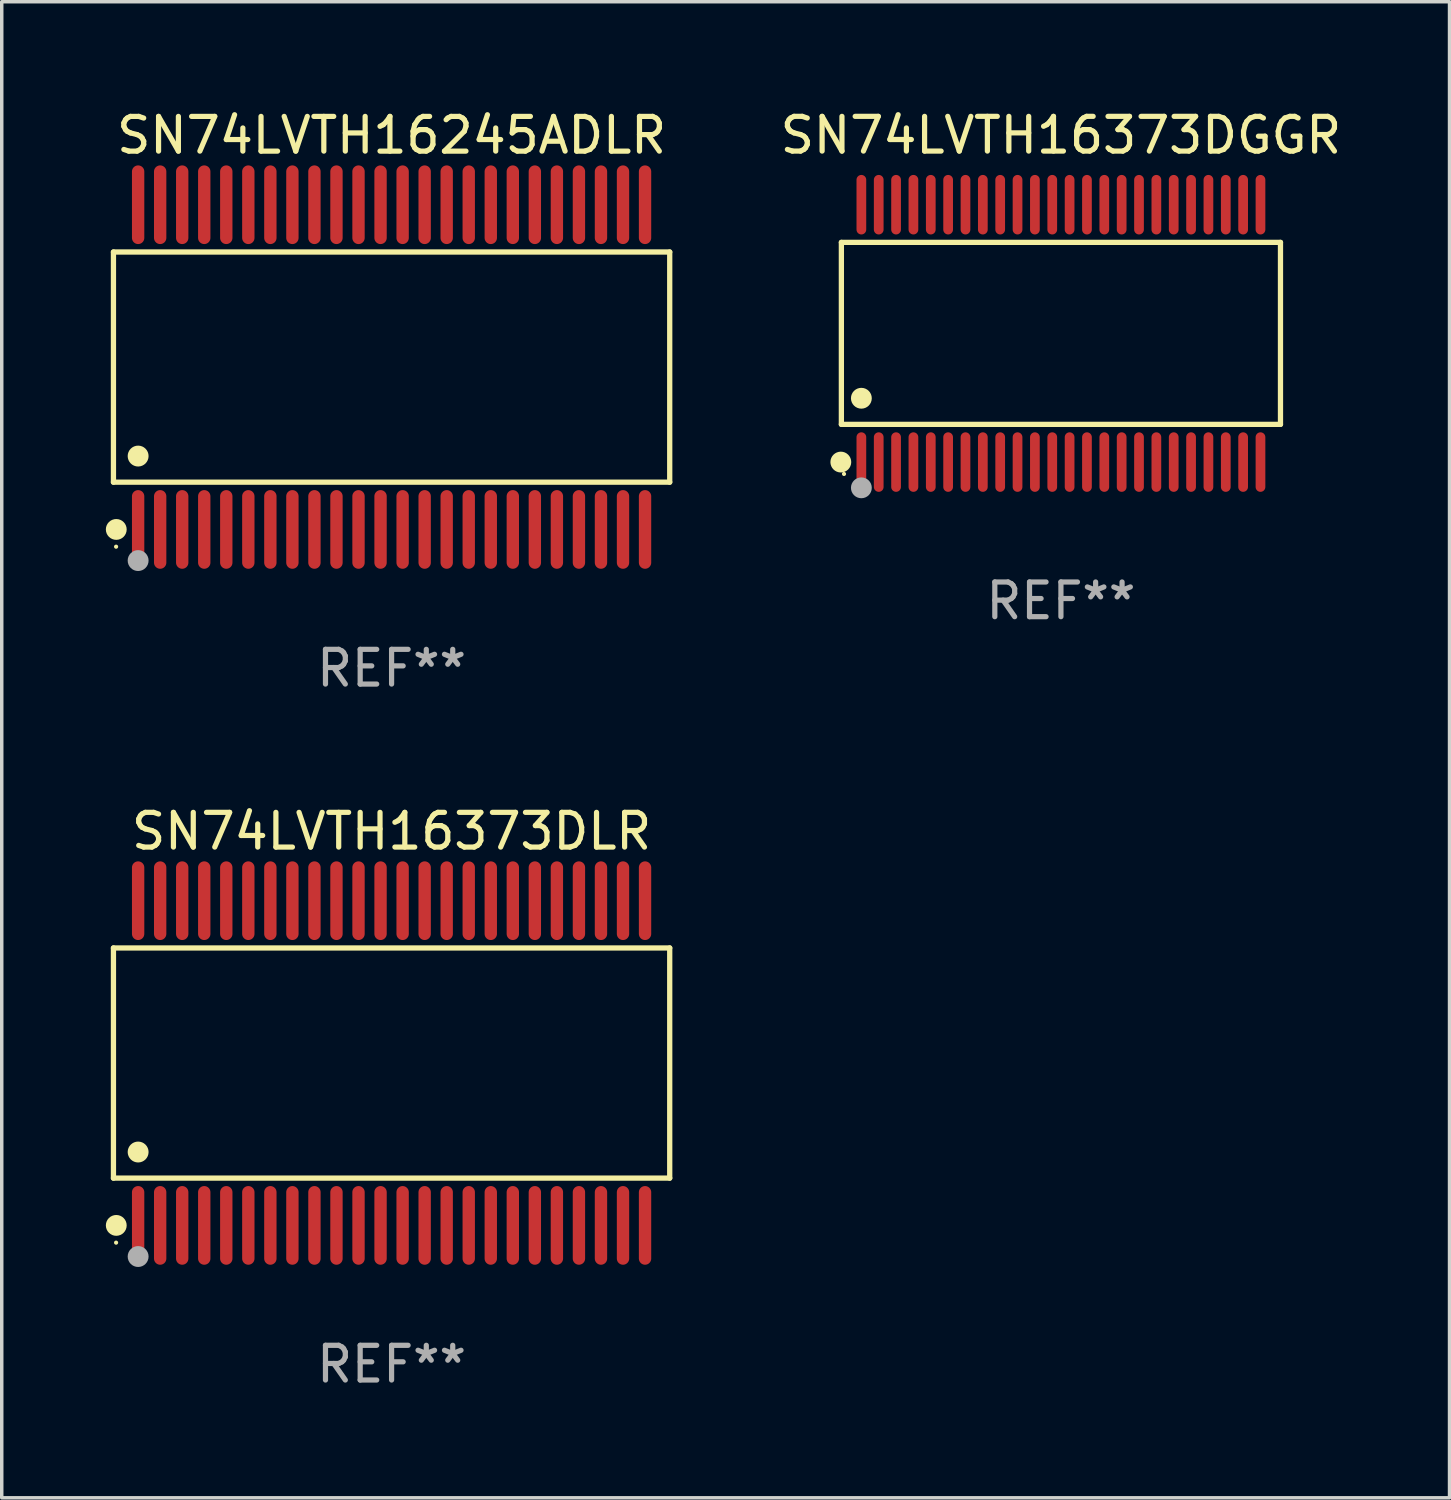
<source format=kicad_pcb>
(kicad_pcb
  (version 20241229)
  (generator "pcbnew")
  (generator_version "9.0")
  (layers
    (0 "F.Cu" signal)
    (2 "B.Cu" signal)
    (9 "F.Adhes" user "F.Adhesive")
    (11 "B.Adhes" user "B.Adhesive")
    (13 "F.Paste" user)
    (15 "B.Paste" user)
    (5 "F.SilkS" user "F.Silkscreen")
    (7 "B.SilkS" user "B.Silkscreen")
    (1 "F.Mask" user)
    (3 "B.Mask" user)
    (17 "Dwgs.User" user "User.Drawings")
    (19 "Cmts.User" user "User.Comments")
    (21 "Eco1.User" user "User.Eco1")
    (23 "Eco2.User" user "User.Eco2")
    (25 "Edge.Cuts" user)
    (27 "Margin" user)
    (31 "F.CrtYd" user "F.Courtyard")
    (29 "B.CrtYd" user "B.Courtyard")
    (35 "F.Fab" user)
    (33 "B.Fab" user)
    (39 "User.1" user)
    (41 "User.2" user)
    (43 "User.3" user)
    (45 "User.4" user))
  (footprint "SN74LVTH16373DGGR"
    (layer "F.Cu")
    (at 27.519 6.556)
    (property "Reference" "SN74LVTH16373DGGR" (at 0 -5.708 0) (layer "F.SilkS") (effects (font (size 1 1) (thickness 0.15))))
    (attr through_hole)
    (fp_line (start -6.326 -2.622) (end 6.326 -2.622) (stroke (width 0.152) (type solid)) (layer "F.SilkS"))
    (fp_line (start -6.326 2.621) (end -6.326 -2.622) (stroke (width 0.152) (type solid)) (layer "F.SilkS"))
    (fp_line (start 6.326 -2.622) (end 6.326 2.621) (stroke (width 0.152) (type solid)) (layer "F.SilkS"))
    (fp_line (start 6.326 2.621) (end -6.326 2.621) (stroke (width 0.152) (type solid)) (layer "F.SilkS"))
    (fp_circle (center -6.342 3.708) (end -6.192 3.708) (stroke (width 0.3) (type solid)) (fill no) (layer "F.SilkS"))
    (fp_circle (center -6.25 4.05) (end -6.22 4.05) (stroke (width 0.06) (type solid)) (fill no) (layer "F.SilkS"))
    (fp_circle (center -5.75 1.869) (end -5.6 1.869) (stroke (width 0.3) (type solid)) (fill no) (layer "F.SilkS"))
    (fp_circle (center -5.75 4.45) (end -5.6 4.45) (stroke (width 0.3) (type solid)) (fill no) (layer "F.Fab"))
    (fp_text user "REF**" (at 0 7.708 0) (layer "F.Fab") (effects (font (size 1 1) (thickness 0.15))))
    (pad "1" smd oval (at -5.75 3.708) (size 0.28 1.715) (layers "F.Cu" "F.Mask" "F.Paste"))
    (pad "2" smd oval (at -5.25 3.708) (size 0.28 1.715) (layers "F.Cu" "F.Mask" "F.Paste"))
    (pad "3" smd oval (at -4.75 3.708) (size 0.28 1.715) (layers "F.Cu" "F.Mask" "F.Paste"))
    (pad "4" smd oval (at -4.25 3.708) (size 0.28 1.715) (layers "F.Cu" "F.Mask" "F.Paste"))
    (pad "5" smd oval (at -3.75 3.708) (size 0.28 1.715) (layers "F.Cu" "F.Mask" "F.Paste"))
    (pad "6" smd oval (at -3.25 3.708) (size 0.28 1.715) (layers "F.Cu" "F.Mask" "F.Paste"))
    (pad "7" smd oval (at -2.75 3.708) (size 0.28 1.715) (layers "F.Cu" "F.Mask" "F.Paste"))
    (pad "8" smd oval (at -2.25 3.708) (size 0.28 1.715) (layers "F.Cu" "F.Mask" "F.Paste"))
    (pad "9" smd oval (at -1.75 3.708) (size 0.28 1.715) (layers "F.Cu" "F.Mask" "F.Paste"))
    (pad "10" smd oval (at -1.25 3.708) (size 0.28 1.715) (layers "F.Cu" "F.Mask" "F.Paste"))
    (pad "11" smd oval (at -0.75 3.708) (size 0.28 1.715) (layers "F.Cu" "F.Mask" "F.Paste"))
    (pad "12" smd oval (at -0.25 3.708) (size 0.28 1.715) (layers "F.Cu" "F.Mask" "F.Paste"))
    (pad "13" smd oval (at 0.25 3.708) (size 0.28 1.715) (layers "F.Cu" "F.Mask" "F.Paste"))
    (pad "14" smd oval (at 0.75 3.708) (size 0.28 1.715) (layers "F.Cu" "F.Mask" "F.Paste"))
    (pad "15" smd oval (at 1.25 3.708) (size 0.28 1.715) (layers "F.Cu" "F.Mask" "F.Paste"))
    (pad "16" smd oval (at 1.75 3.708) (size 0.28 1.715) (layers "F.Cu" "F.Mask" "F.Paste"))
    (pad "17" smd oval (at 2.25 3.708) (size 0.28 1.715) (layers "F.Cu" "F.Mask" "F.Paste"))
    (pad "18" smd oval (at 2.75 3.708) (size 0.28 1.715) (layers "F.Cu" "F.Mask" "F.Paste"))
    (pad "19" smd oval (at 3.25 3.708) (size 0.28 1.715) (layers "F.Cu" "F.Mask" "F.Paste"))
    (pad "20" smd oval (at 3.75 3.708) (size 0.28 1.715) (layers "F.Cu" "F.Mask" "F.Paste"))
    (pad "21" smd oval (at 4.25 3.708) (size 0.28 1.715) (layers "F.Cu" "F.Mask" "F.Paste"))
    (pad "22" smd oval (at 4.75 3.708) (size 0.28 1.715) (layers "F.Cu" "F.Mask" "F.Paste"))
    (pad "23" smd oval (at 5.25 3.708) (size 0.28 1.715) (layers "F.Cu" "F.Mask" "F.Paste"))
    (pad "24" smd oval (at 5.75 3.708) (size 0.28 1.715) (layers "F.Cu" "F.Mask" "F.Paste"))
    (pad "25" smd oval (at 5.75 -3.708) (size 0.28 1.715) (layers "F.Cu" "F.Mask" "F.Paste"))
    (pad "26" smd oval (at 5.25 -3.708) (size 0.28 1.715) (layers "F.Cu" "F.Mask" "F.Paste"))
    (pad "27" smd oval (at 4.75 -3.708) (size 0.28 1.715) (layers "F.Cu" "F.Mask" "F.Paste"))
    (pad "28" smd oval (at 4.25 -3.708) (size 0.28 1.715) (layers "F.Cu" "F.Mask" "F.Paste"))
    (pad "29" smd oval (at 3.75 -3.708) (size 0.28 1.715) (layers "F.Cu" "F.Mask" "F.Paste"))
    (pad "30" smd oval (at 3.25 -3.708) (size 0.28 1.715) (layers "F.Cu" "F.Mask" "F.Paste"))
    (pad "31" smd oval (at 2.75 -3.708) (size 0.28 1.715) (layers "F.Cu" "F.Mask" "F.Paste"))
    (pad "32" smd oval (at 2.25 -3.708) (size 0.28 1.715) (layers "F.Cu" "F.Mask" "F.Paste"))
    (pad "33" smd oval (at 1.75 -3.708) (size 0.28 1.715) (layers "F.Cu" "F.Mask" "F.Paste"))
    (pad "34" smd oval (at 1.25 -3.708) (size 0.28 1.715) (layers "F.Cu" "F.Mask" "F.Paste"))
    (pad "35" smd oval (at 0.75 -3.708) (size 0.28 1.715) (layers "F.Cu" "F.Mask" "F.Paste"))
    (pad "36" smd oval (at 0.25 -3.708) (size 0.28 1.715) (layers "F.Cu" "F.Mask" "F.Paste"))
    (pad "37" smd oval (at -0.25 -3.708) (size 0.28 1.715) (layers "F.Cu" "F.Mask" "F.Paste"))
    (pad "38" smd oval (at -0.75 -3.708) (size 0.28 1.715) (layers "F.Cu" "F.Mask" "F.Paste"))
    (pad "39" smd oval (at -1.25 -3.708) (size 0.28 1.715) (layers "F.Cu" "F.Mask" "F.Paste"))
    (pad "40" smd oval (at -1.75 -3.708) (size 0.28 1.715) (layers "F.Cu" "F.Mask" "F.Paste"))
    (pad "41" smd oval (at -2.25 -3.708) (size 0.28 1.715) (layers "F.Cu" "F.Mask" "F.Paste"))
    (pad "42" smd oval (at -2.75 -3.708) (size 0.28 1.715) (layers "F.Cu" "F.Mask" "F.Paste"))
    (pad "43" smd oval (at -3.25 -3.708) (size 0.28 1.715) (layers "F.Cu" "F.Mask" "F.Paste"))
    (pad "44" smd oval (at -3.75 -3.708) (size 0.28 1.715) (layers "F.Cu" "F.Mask" "F.Paste"))
    (pad "45" smd oval (at -4.25 -3.708) (size 0.28 1.715) (layers "F.Cu" "F.Mask" "F.Paste"))
    (pad "46" smd oval (at -4.75 -3.708) (size 0.28 1.715) (layers "F.Cu" "F.Mask" "F.Paste"))
    (pad "47" smd oval (at -5.25 -3.708) (size 0.28 1.715) (layers "F.Cu" "F.Mask" "F.Paste"))
    (pad "48" smd oval (at -5.75 -3.708) (size 0.28 1.715) (layers "F.Cu" "F.Mask" "F.Paste")))
  (footprint "SN74LVTH16373DLR"
    (layer "F.Cu")
    (at 8.233 27.58)
    (property "Reference" "SN74LVTH16373DLR" (at 0 -6.678 0) (layer "F.SilkS") (effects (font (size 1 1) (thickness 0.15))))
    (attr through_hole)
    (fp_line (start -8.014 -3.316) (end 8.014 -3.316) (stroke (width 0.152) (type solid)) (layer "F.SilkS"))
    (fp_line (start -8.014 3.316) (end -8.014 -3.316) (stroke (width 0.152) (type solid)) (layer "F.SilkS"))
    (fp_line (start 8.014 -3.316) (end 8.014 3.316) (stroke (width 0.152) (type solid)) (layer "F.SilkS"))
    (fp_line (start 8.014 3.316) (end -8.014 3.316) (stroke (width 0.152) (type solid)) (layer "F.SilkS"))
    (fp_circle (center -7.938 5.175) (end -7.908 5.175) (stroke (width 0.06) (type solid)) (fill no) (layer "F.SilkS"))
    (fp_circle (center -7.933 4.678) (end -7.783 4.678) (stroke (width 0.3) (type solid)) (fill no) (layer "F.SilkS"))
    (fp_circle (center -7.303 2.564) (end -7.152 2.564) (stroke (width 0.3) (type solid)) (fill no) (layer "F.SilkS"))
    (fp_circle (center -7.303 5.575) (end -7.152 5.575) (stroke (width 0.3) (type solid)) (fill no) (layer "F.Fab"))
    (fp_text user "REF**" (at 0 8.678 0) (layer "F.Fab") (effects (font (size 1 1) (thickness 0.15))))
    (pad "1" smd oval (at -7.303 4.678) (size 0.356 2.267) (layers "F.Cu" "F.Mask" "F.Paste"))
    (pad "2" smd oval (at -6.668 4.678) (size 0.356 2.267) (layers "F.Cu" "F.Mask" "F.Paste"))
    (pad "3" smd oval (at -6.033 4.678) (size 0.356 2.267) (layers "F.Cu" "F.Mask" "F.Paste"))
    (pad "4" smd oval (at -5.398 4.678) (size 0.356 2.267) (layers "F.Cu" "F.Mask" "F.Paste"))
    (pad "5" smd oval (at -4.763 4.678) (size 0.356 2.267) (layers "F.Cu" "F.Mask" "F.Paste"))
    (pad "6" smd oval (at -4.128 4.678) (size 0.356 2.267) (layers "F.Cu" "F.Mask" "F.Paste"))
    (pad "7" smd oval (at -3.493 4.678) (size 0.356 2.267) (layers "F.Cu" "F.Mask" "F.Paste"))
    (pad "8" smd oval (at -2.858 4.678) (size 0.356 2.267) (layers "F.Cu" "F.Mask" "F.Paste"))
    (pad "9" smd oval (at -2.223 4.678) (size 0.356 2.267) (layers "F.Cu" "F.Mask" "F.Paste"))
    (pad "10" smd oval (at -1.588 4.678) (size 0.356 2.267) (layers "F.Cu" "F.Mask" "F.Paste"))
    (pad "11" smd oval (at -0.953 4.678) (size 0.356 2.267) (layers "F.Cu" "F.Mask" "F.Paste"))
    (pad "12" smd oval (at -0.318 4.678) (size 0.356 2.267) (layers "F.Cu" "F.Mask" "F.Paste"))
    (pad "13" smd oval (at 0.318 4.678) (size 0.356 2.267) (layers "F.Cu" "F.Mask" "F.Paste"))
    (pad "14" smd oval (at 0.953 4.678) (size 0.356 2.267) (layers "F.Cu" "F.Mask" "F.Paste"))
    (pad "15" smd oval (at 1.588 4.678) (size 0.356 2.267) (layers "F.Cu" "F.Mask" "F.Paste"))
    (pad "16" smd oval (at 2.223 4.678) (size 0.356 2.267) (layers "F.Cu" "F.Mask" "F.Paste"))
    (pad "17" smd oval (at 2.858 4.678) (size 0.356 2.267) (layers "F.Cu" "F.Mask" "F.Paste"))
    (pad "18" smd oval (at 3.493 4.678) (size 0.356 2.267) (layers "F.Cu" "F.Mask" "F.Paste"))
    (pad "19" smd oval (at 4.128 4.678) (size 0.356 2.267) (layers "F.Cu" "F.Mask" "F.Paste"))
    (pad "20" smd oval (at 4.763 4.678) (size 0.356 2.267) (layers "F.Cu" "F.Mask" "F.Paste"))
    (pad "21" smd oval (at 5.398 4.678) (size 0.356 2.267) (layers "F.Cu" "F.Mask" "F.Paste"))
    (pad "22" smd oval (at 6.033 4.678) (size 0.356 2.267) (layers "F.Cu" "F.Mask" "F.Paste"))
    (pad "23" smd oval (at 6.668 4.678) (size 0.356 2.267) (layers "F.Cu" "F.Mask" "F.Paste"))
    (pad "24" smd oval (at 7.303 4.678) (size 0.356 2.267) (layers "F.Cu" "F.Mask" "F.Paste"))
    (pad "25" smd oval (at 7.303 -4.678) (size 0.356 2.267) (layers "F.Cu" "F.Mask" "F.Paste"))
    (pad "26" smd oval (at 6.668 -4.678) (size 0.356 2.267) (layers "F.Cu" "F.Mask" "F.Paste"))
    (pad "27" smd oval (at 6.033 -4.678) (size 0.356 2.267) (layers "F.Cu" "F.Mask" "F.Paste"))
    (pad "28" smd oval (at 5.398 -4.678) (size 0.356 2.267) (layers "F.Cu" "F.Mask" "F.Paste"))
    (pad "29" smd oval (at 4.763 -4.678) (size 0.356 2.267) (layers "F.Cu" "F.Mask" "F.Paste"))
    (pad "30" smd oval (at 4.128 -4.678) (size 0.356 2.267) (layers "F.Cu" "F.Mask" "F.Paste"))
    (pad "31" smd oval (at 3.493 -4.678) (size 0.356 2.267) (layers "F.Cu" "F.Mask" "F.Paste"))
    (pad "32" smd oval (at 2.858 -4.678) (size 0.356 2.267) (layers "F.Cu" "F.Mask" "F.Paste"))
    (pad "33" smd oval (at 2.223 -4.678) (size 0.356 2.267) (layers "F.Cu" "F.Mask" "F.Paste"))
    (pad "34" smd oval (at 1.588 -4.678) (size 0.356 2.267) (layers "F.Cu" "F.Mask" "F.Paste"))
    (pad "35" smd oval (at 0.953 -4.678) (size 0.356 2.267) (layers "F.Cu" "F.Mask" "F.Paste"))
    (pad "36" smd oval (at 0.318 -4.678) (size 0.356 2.267) (layers "F.Cu" "F.Mask" "F.Paste"))
    (pad "37" smd oval (at -0.318 -4.678) (size 0.356 2.267) (layers "F.Cu" "F.Mask" "F.Paste"))
    (pad "38" smd oval (at -0.953 -4.678) (size 0.356 2.267) (layers "F.Cu" "F.Mask" "F.Paste"))
    (pad "39" smd oval (at -1.588 -4.678) (size 0.356 2.267) (layers "F.Cu" "F.Mask" "F.Paste"))
    (pad "40" smd oval (at -2.223 -4.678) (size 0.356 2.267) (layers "F.Cu" "F.Mask" "F.Paste"))
    (pad "41" smd oval (at -2.858 -4.678) (size 0.356 2.267) (layers "F.Cu" "F.Mask" "F.Paste"))
    (pad "42" smd oval (at -3.493 -4.678) (size 0.356 2.267) (layers "F.Cu" "F.Mask" "F.Paste"))
    (pad "43" smd oval (at -4.128 -4.678) (size 0.356 2.267) (layers "F.Cu" "F.Mask" "F.Paste"))
    (pad "44" smd oval (at -4.763 -4.678) (size 0.356 2.267) (layers "F.Cu" "F.Mask" "F.Paste"))
    (pad "45" smd oval (at -5.398 -4.678) (size 0.356 2.267) (layers "F.Cu" "F.Mask" "F.Paste"))
    (pad "46" smd oval (at -6.033 -4.678) (size 0.356 2.267) (layers "F.Cu" "F.Mask" "F.Paste"))
    (pad "47" smd oval (at -6.668 -4.678) (size 0.356 2.267) (layers "F.Cu" "F.Mask" "F.Paste"))
    (pad "48" smd oval (at -7.303 -4.678) (size 0.356 2.267) (layers "F.Cu" "F.Mask" "F.Paste")))
  (footprint "SN74LVTH16245ADLR"
    (layer "F.Cu")
    (at 8.233 7.527)
    (property "Reference" "SN74LVTH16245ADLR" (at 0 -6.678 0) (layer "F.SilkS") (effects (font (size 1 1) (thickness 0.15))))
    (attr through_hole)
    (fp_line (start -8.014 -3.316) (end 8.014 -3.316) (stroke (width 0.152) (type solid)) (layer "F.SilkS"))
    (fp_line (start -8.014 3.316) (end -8.014 -3.316) (stroke (width 0.152) (type solid)) (layer "F.SilkS"))
    (fp_line (start 8.014 -3.316) (end 8.014 3.316) (stroke (width 0.152) (type solid)) (layer "F.SilkS"))
    (fp_line (start 8.014 3.316) (end -8.014 3.316) (stroke (width 0.152) (type solid)) (layer "F.SilkS"))
    (fp_circle (center -7.938 5.175) (end -7.908 5.175) (stroke (width 0.06) (type solid)) (fill no) (layer "F.SilkS"))
    (fp_circle (center -7.933 4.678) (end -7.783 4.678) (stroke (width 0.3) (type solid)) (fill no) (layer "F.SilkS"))
    (fp_circle (center -7.303 2.564) (end -7.152 2.564) (stroke (width 0.3) (type solid)) (fill no) (layer "F.SilkS"))
    (fp_circle (center -7.303 5.575) (end -7.152 5.575) (stroke (width 0.3) (type solid)) (fill no) (layer "F.Fab"))
    (fp_text user "REF**" (at 0 8.678 0) (layer "F.Fab") (effects (font (size 1 1) (thickness 0.15))))
    (pad "1" smd oval (at -7.303 4.678) (size 0.356 2.267) (layers "F.Cu" "F.Mask" "F.Paste"))
    (pad "2" smd oval (at -6.668 4.678) (size 0.356 2.267) (layers "F.Cu" "F.Mask" "F.Paste"))
    (pad "3" smd oval (at -6.033 4.678) (size 0.356 2.267) (layers "F.Cu" "F.Mask" "F.Paste"))
    (pad "4" smd oval (at -5.398 4.678) (size 0.356 2.267) (layers "F.Cu" "F.Mask" "F.Paste"))
    (pad "5" smd oval (at -4.763 4.678) (size 0.356 2.267) (layers "F.Cu" "F.Mask" "F.Paste"))
    (pad "6" smd oval (at -4.128 4.678) (size 0.356 2.267) (layers "F.Cu" "F.Mask" "F.Paste"))
    (pad "7" smd oval (at -3.493 4.678) (size 0.356 2.267) (layers "F.Cu" "F.Mask" "F.Paste"))
    (pad "8" smd oval (at -2.858 4.678) (size 0.356 2.267) (layers "F.Cu" "F.Mask" "F.Paste"))
    (pad "9" smd oval (at -2.223 4.678) (size 0.356 2.267) (layers "F.Cu" "F.Mask" "F.Paste"))
    (pad "10" smd oval (at -1.588 4.678) (size 0.356 2.267) (layers "F.Cu" "F.Mask" "F.Paste"))
    (pad "11" smd oval (at -0.953 4.678) (size 0.356 2.267) (layers "F.Cu" "F.Mask" "F.Paste"))
    (pad "12" smd oval (at -0.318 4.678) (size 0.356 2.267) (layers "F.Cu" "F.Mask" "F.Paste"))
    (pad "13" smd oval (at 0.318 4.678) (size 0.356 2.267) (layers "F.Cu" "F.Mask" "F.Paste"))
    (pad "14" smd oval (at 0.953 4.678) (size 0.356 2.267) (layers "F.Cu" "F.Mask" "F.Paste"))
    (pad "15" smd oval (at 1.588 4.678) (size 0.356 2.267) (layers "F.Cu" "F.Mask" "F.Paste"))
    (pad "16" smd oval (at 2.223 4.678) (size 0.356 2.267) (layers "F.Cu" "F.Mask" "F.Paste"))
    (pad "17" smd oval (at 2.858 4.678) (size 0.356 2.267) (layers "F.Cu" "F.Mask" "F.Paste"))
    (pad "18" smd oval (at 3.493 4.678) (size 0.356 2.267) (layers "F.Cu" "F.Mask" "F.Paste"))
    (pad "19" smd oval (at 4.128 4.678) (size 0.356 2.267) (layers "F.Cu" "F.Mask" "F.Paste"))
    (pad "20" smd oval (at 4.763 4.678) (size 0.356 2.267) (layers "F.Cu" "F.Mask" "F.Paste"))
    (pad "21" smd oval (at 5.398 4.678) (size 0.356 2.267) (layers "F.Cu" "F.Mask" "F.Paste"))
    (pad "22" smd oval (at 6.033 4.678) (size 0.356 2.267) (layers "F.Cu" "F.Mask" "F.Paste"))
    (pad "23" smd oval (at 6.668 4.678) (size 0.356 2.267) (layers "F.Cu" "F.Mask" "F.Paste"))
    (pad "24" smd oval (at 7.303 4.678) (size 0.356 2.267) (layers "F.Cu" "F.Mask" "F.Paste"))
    (pad "25" smd oval (at 7.303 -4.678) (size 0.356 2.267) (layers "F.Cu" "F.Mask" "F.Paste"))
    (pad "26" smd oval (at 6.668 -4.678) (size 0.356 2.267) (layers "F.Cu" "F.Mask" "F.Paste"))
    (pad "27" smd oval (at 6.033 -4.678) (size 0.356 2.267) (layers "F.Cu" "F.Mask" "F.Paste"))
    (pad "28" smd oval (at 5.398 -4.678) (size 0.356 2.267) (layers "F.Cu" "F.Mask" "F.Paste"))
    (pad "29" smd oval (at 4.763 -4.678) (size 0.356 2.267) (layers "F.Cu" "F.Mask" "F.Paste"))
    (pad "30" smd oval (at 4.128 -4.678) (size 0.356 2.267) (layers "F.Cu" "F.Mask" "F.Paste"))
    (pad "31" smd oval (at 3.493 -4.678) (size 0.356 2.267) (layers "F.Cu" "F.Mask" "F.Paste"))
    (pad "32" smd oval (at 2.858 -4.678) (size 0.356 2.267) (layers "F.Cu" "F.Mask" "F.Paste"))
    (pad "33" smd oval (at 2.223 -4.678) (size 0.356 2.267) (layers "F.Cu" "F.Mask" "F.Paste"))
    (pad "34" smd oval (at 1.588 -4.678) (size 0.356 2.267) (layers "F.Cu" "F.Mask" "F.Paste"))
    (pad "35" smd oval (at 0.953 -4.678) (size 0.356 2.267) (layers "F.Cu" "F.Mask" "F.Paste"))
    (pad "36" smd oval (at 0.318 -4.678) (size 0.356 2.267) (layers "F.Cu" "F.Mask" "F.Paste"))
    (pad "37" smd oval (at -0.318 -4.678) (size 0.356 2.267) (layers "F.Cu" "F.Mask" "F.Paste"))
    (pad "38" smd oval (at -0.953 -4.678) (size 0.356 2.267) (layers "F.Cu" "F.Mask" "F.Paste"))
    (pad "39" smd oval (at -1.588 -4.678) (size 0.356 2.267) (layers "F.Cu" "F.Mask" "F.Paste"))
    (pad "40" smd oval (at -2.223 -4.678) (size 0.356 2.267) (layers "F.Cu" "F.Mask" "F.Paste"))
    (pad "41" smd oval (at -2.858 -4.678) (size 0.356 2.267) (layers "F.Cu" "F.Mask" "F.Paste"))
    (pad "42" smd oval (at -3.493 -4.678) (size 0.356 2.267) (layers "F.Cu" "F.Mask" "F.Paste"))
    (pad "43" smd oval (at -4.128 -4.678) (size 0.356 2.267) (layers "F.Cu" "F.Mask" "F.Paste"))
    (pad "44" smd oval (at -4.763 -4.678) (size 0.356 2.267) (layers "F.Cu" "F.Mask" "F.Paste"))
    (pad "45" smd oval (at -5.398 -4.678) (size 0.356 2.267) (layers "F.Cu" "F.Mask" "F.Paste"))
    (pad "46" smd oval (at -6.033 -4.678) (size 0.356 2.267) (layers "F.Cu" "F.Mask" "F.Paste"))
    (pad "47" smd oval (at -6.668 -4.678) (size 0.356 2.267) (layers "F.Cu" "F.Mask" "F.Paste"))
    (pad "48" smd oval (at -7.303 -4.678) (size 0.356 2.267) (layers "F.Cu" "F.Mask" "F.Paste")))
  (gr_rect
    (start -3 -3)
    (end 38.716 40.107)
    (stroke (width 0.1) (type default))
    (fill no)
    (layer "Edge.Cuts")))
</source>
